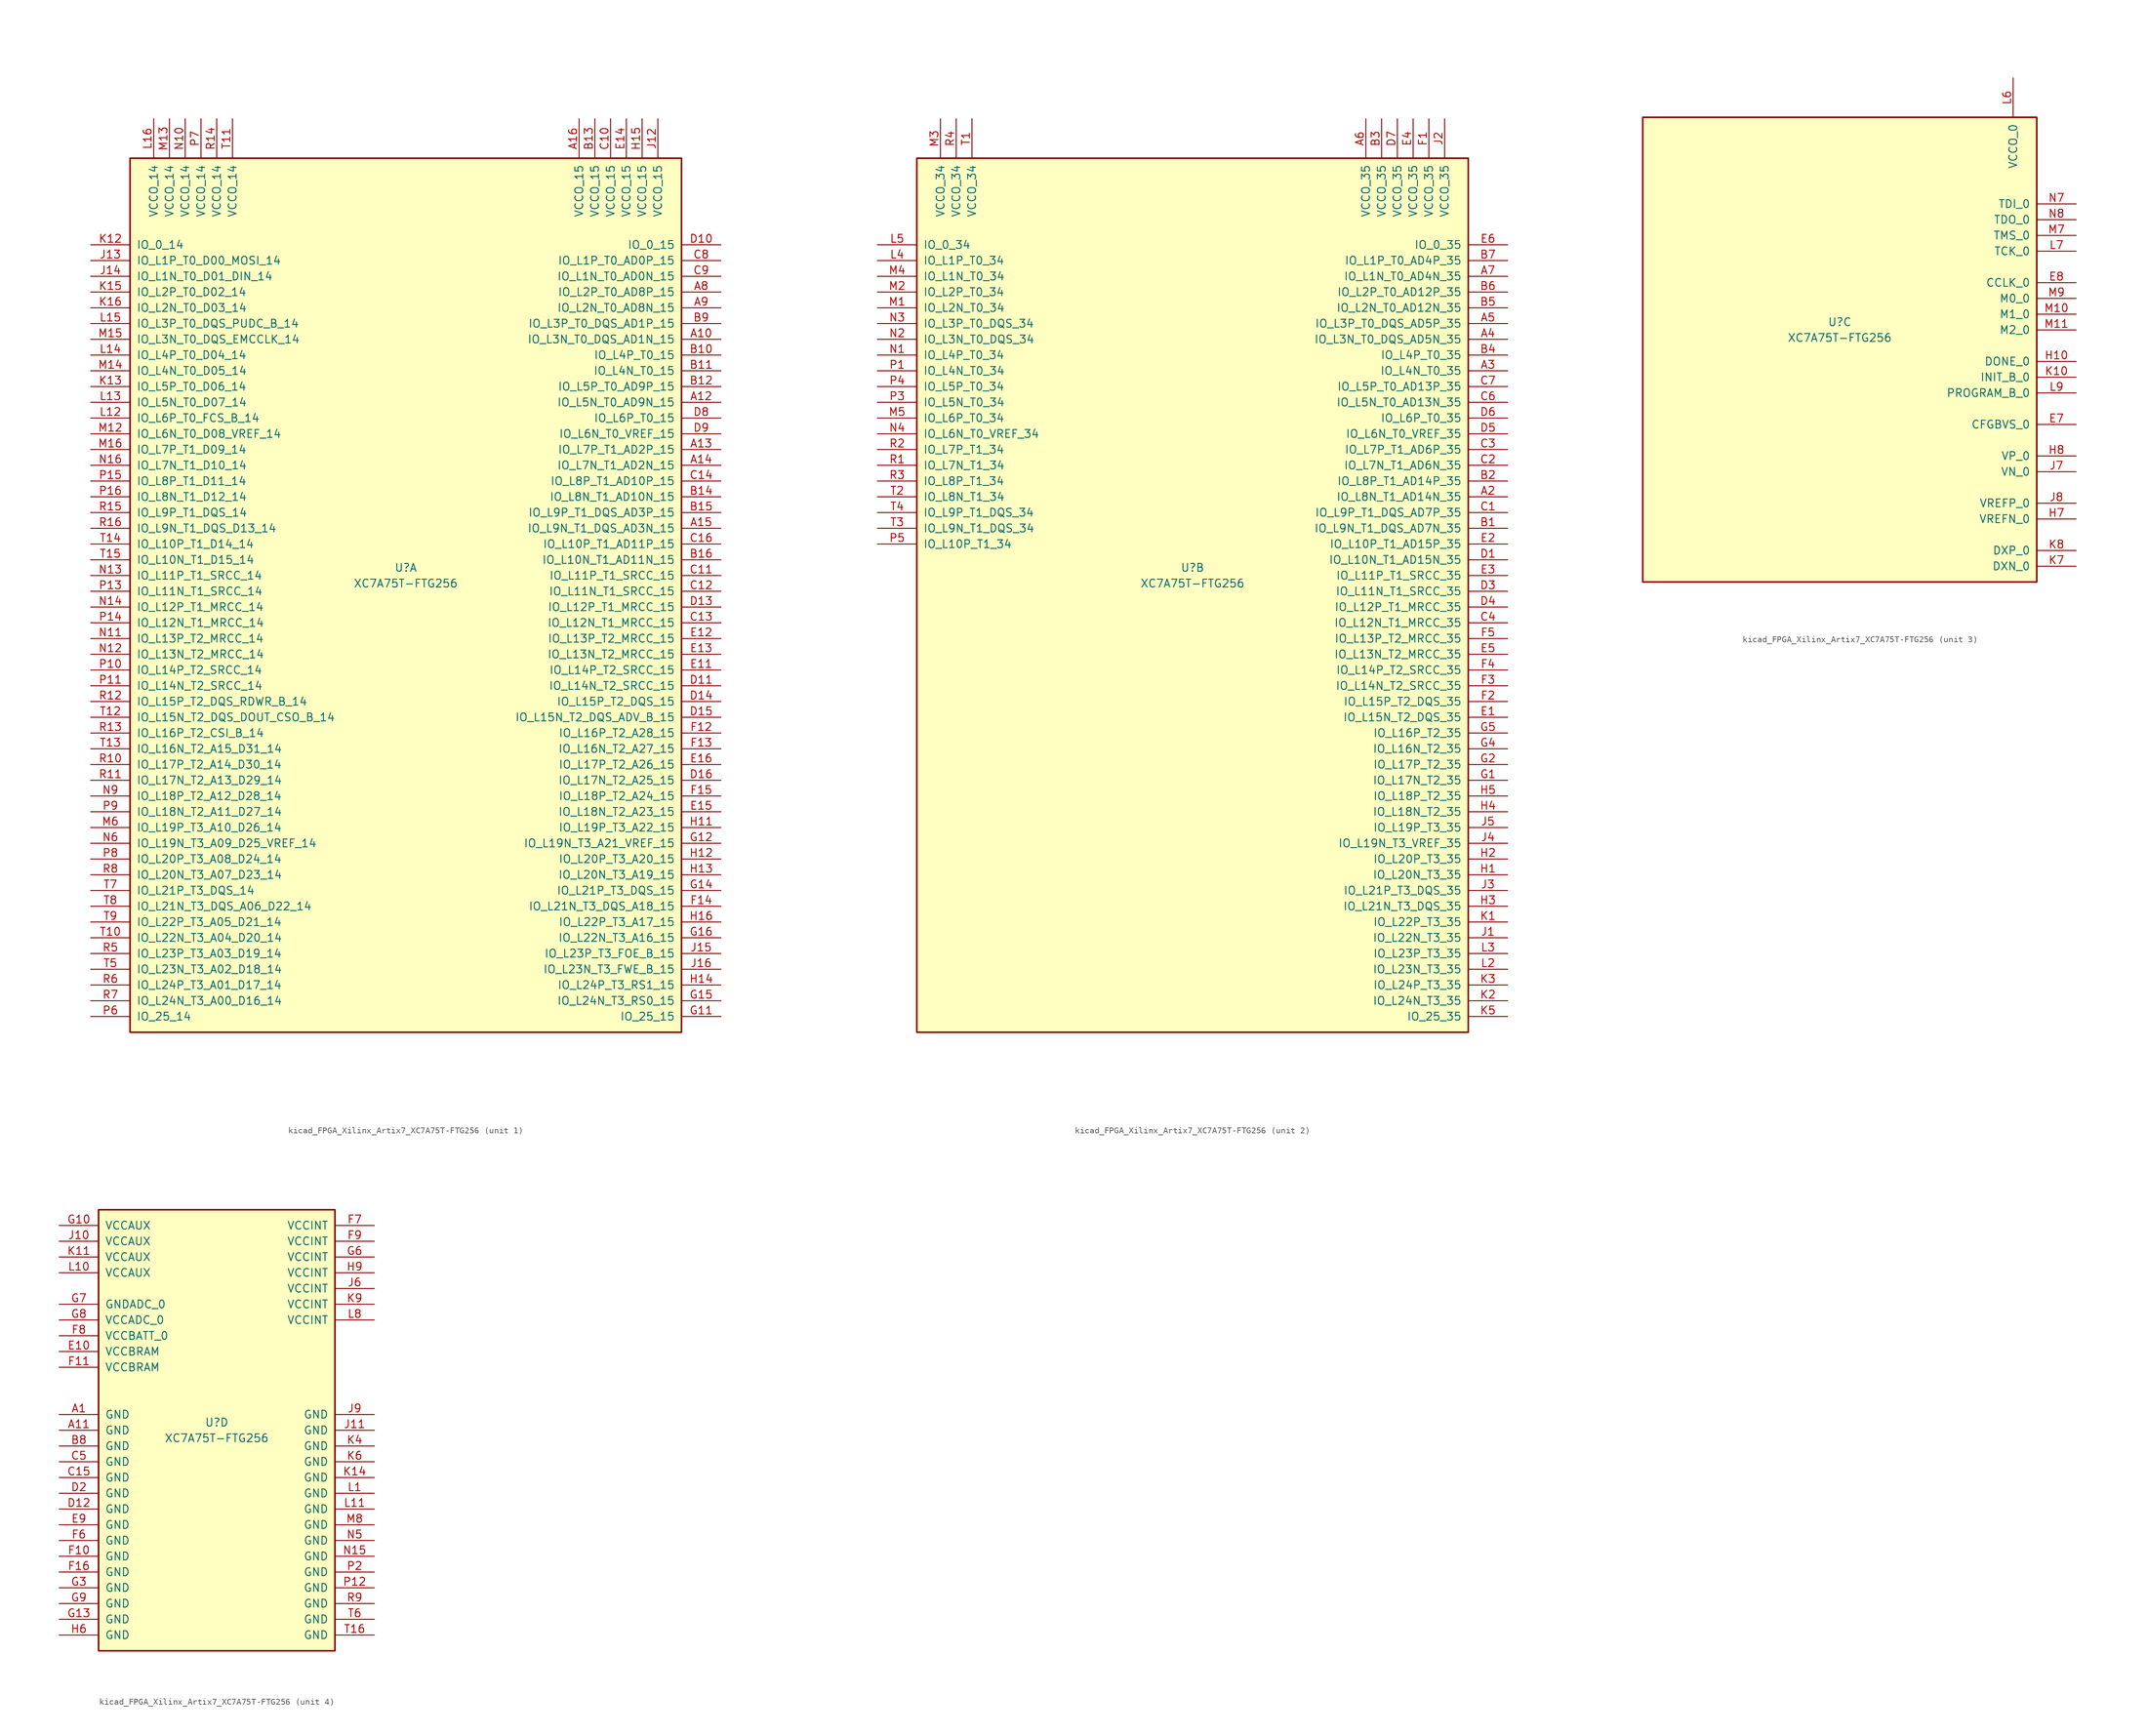
<source format=kicad_sym>
(kicad_symbol_lib
  (version 20220914)
  (generator kicad_symbol_editor)
  (symbol "kicad_FPGA_Xilinx_Artix7_XC7A75T-FTG256"
    (pin_names
      (offset 1.016))
    (property "Reference" "U"
      (at 0 1.27 0)
      (effects (font (size 1.27 1.27))))
    (property "Value" "XC7A75T-FTG256"
      (at 0 -1.27 0)
      (effects (font (size 1.27 1.27))))
    (property "Datasheet" ""
      (at 0 0 0)
      (effects (font (size 1.27 1.27))))
    (property "ki_locked" ""
      (at 0 0 0)
      (effects (font (size 1.27 1.27))))
    (symbol "kicad_FPGA_Xilinx_Artix7_XC7A75T-FTG256_1_1"
      (rectangle (start -44.45 67.31) (end 44.45 -73.66) (stroke (width 0.254) (type default)) (fill (type background)))
      (pin bidirectional line (at 50.8 38.1 180) (length 6.35) (name "IO_L3N_T0_DQS_AD1N_15" (effects (font (size 1.27 1.27)))) (number "A10" (effects (font (size 1.27 1.27)))))
      (pin bidirectional line (at 50.8 27.94 180) (length 6.35) (name "IO_L5N_T0_AD9N_15" (effects (font (size 1.27 1.27)))) (number "A12" (effects (font (size 1.27 1.27)))))
      (pin bidirectional line (at 50.8 20.32 180) (length 6.35) (name "IO_L7P_T1_AD2P_15" (effects (font (size 1.27 1.27)))) (number "A13" (effects (font (size 1.27 1.27)))))
      (pin bidirectional line (at 50.8 17.78 180) (length 6.35) (name "IO_L7N_T1_AD2N_15" (effects (font (size 1.27 1.27)))) (number "A14" (effects (font (size 1.27 1.27)))))
      (pin bidirectional line (at 50.8 7.62 180) (length 6.35) (name "IO_L9N_T1_DQS_AD3N_15" (effects (font (size 1.27 1.27)))) (number "A15" (effects (font (size 1.27 1.27)))))
      (pin power_in line (at 27.94 73.66 270) (length 6.35) (name "VCCO_15" (effects (font (size 1.27 1.27)))) (number "A16" (effects (font (size 1.27 1.27)))))
      (pin bidirectional line (at 50.8 45.72 180) (length 6.35) (name "IO_L2P_T0_AD8P_15" (effects (font (size 1.27 1.27)))) (number "A8" (effects (font (size 1.27 1.27)))))
      (pin bidirectional line (at 50.8 43.18 180) (length 6.35) (name "IO_L2N_T0_AD8N_15" (effects (font (size 1.27 1.27)))) (number "A9" (effects (font (size 1.27 1.27)))))
      (pin bidirectional line (at 50.8 35.56 180) (length 6.35) (name "IO_L4P_T0_15" (effects (font (size 1.27 1.27)))) (number "B10" (effects (font (size 1.27 1.27)))))
      (pin bidirectional line (at 50.8 33.02 180) (length 6.35) (name "IO_L4N_T0_15" (effects (font (size 1.27 1.27)))) (number "B11" (effects (font (size 1.27 1.27)))))
      (pin bidirectional line (at 50.8 30.48 180) (length 6.35) (name "IO_L5P_T0_AD9P_15" (effects (font (size 1.27 1.27)))) (number "B12" (effects (font (size 1.27 1.27)))))
      (pin power_in line (at 30.48 73.66 270) (length 6.35) (name "VCCO_15" (effects (font (size 1.27 1.27)))) (number "B13" (effects (font (size 1.27 1.27)))))
      (pin bidirectional line (at 50.8 12.7 180) (length 6.35) (name "IO_L8N_T1_AD10N_15" (effects (font (size 1.27 1.27)))) (number "B14" (effects (font (size 1.27 1.27)))))
      (pin bidirectional line (at 50.8 10.16 180) (length 6.35) (name "IO_L9P_T1_DQS_AD3P_15" (effects (font (size 1.27 1.27)))) (number "B15" (effects (font (size 1.27 1.27)))))
      (pin bidirectional line (at 50.8 2.54 180) (length 6.35) (name "IO_L10N_T1_AD11N_15" (effects (font (size 1.27 1.27)))) (number "B16" (effects (font (size 1.27 1.27)))))
      (pin bidirectional line (at 50.8 40.64 180) (length 6.35) (name "IO_L3P_T0_DQS_AD1P_15" (effects (font (size 1.27 1.27)))) (number "B9" (effects (font (size 1.27 1.27)))))
      (pin power_in line (at 33.02 73.66 270) (length 6.35) (name "VCCO_15" (effects (font (size 1.27 1.27)))) (number "C10" (effects (font (size 1.27 1.27)))))
      (pin bidirectional line (at 50.8 0 180) (length 6.35) (name "IO_L11P_T1_SRCC_15" (effects (font (size 1.27 1.27)))) (number "C11" (effects (font (size 1.27 1.27)))))
      (pin bidirectional line (at 50.8 -2.54 180) (length 6.35) (name "IO_L11N_T1_SRCC_15" (effects (font (size 1.27 1.27)))) (number "C12" (effects (font (size 1.27 1.27)))))
      (pin bidirectional line (at 50.8 -7.62 180) (length 6.35) (name "IO_L12N_T1_MRCC_15" (effects (font (size 1.27 1.27)))) (number "C13" (effects (font (size 1.27 1.27)))))
      (pin bidirectional line (at 50.8 15.24 180) (length 6.35) (name "IO_L8P_T1_AD10P_15" (effects (font (size 1.27 1.27)))) (number "C14" (effects (font (size 1.27 1.27)))))
      (pin bidirectional line (at 50.8 5.08 180) (length 6.35) (name "IO_L10P_T1_AD11P_15" (effects (font (size 1.27 1.27)))) (number "C16" (effects (font (size 1.27 1.27)))))
      (pin bidirectional line (at 50.8 50.8 180) (length 6.35) (name "IO_L1P_T0_AD0P_15" (effects (font (size 1.27 1.27)))) (number "C8" (effects (font (size 1.27 1.27)))))
      (pin bidirectional line (at 50.8 48.26 180) (length 6.35) (name "IO_L1N_T0_AD0N_15" (effects (font (size 1.27 1.27)))) (number "C9" (effects (font (size 1.27 1.27)))))
      (pin bidirectional line (at 50.8 53.34 180) (length 6.35) (name "IO_0_15" (effects (font (size 1.27 1.27)))) (number "D10" (effects (font (size 1.27 1.27)))))
      (pin bidirectional line (at 50.8 -17.78 180) (length 6.35) (name "IO_L14N_T2_SRCC_15" (effects (font (size 1.27 1.27)))) (number "D11" (effects (font (size 1.27 1.27)))))
      (pin bidirectional line (at 50.8 -5.08 180) (length 6.35) (name "IO_L12P_T1_MRCC_15" (effects (font (size 1.27 1.27)))) (number "D13" (effects (font (size 1.27 1.27)))))
      (pin bidirectional line (at 50.8 -20.32 180) (length 6.35) (name "IO_L15P_T2_DQS_15" (effects (font (size 1.27 1.27)))) (number "D14" (effects (font (size 1.27 1.27)))))
      (pin bidirectional line (at 50.8 -22.86 180) (length 6.35) (name "IO_L15N_T2_DQS_ADV_B_15" (effects (font (size 1.27 1.27)))) (number "D15" (effects (font (size 1.27 1.27)))))
      (pin bidirectional line (at 50.8 -33.02 180) (length 6.35) (name "IO_L17N_T2_A25_15" (effects (font (size 1.27 1.27)))) (number "D16" (effects (font (size 1.27 1.27)))))
      (pin bidirectional line (at 50.8 25.4 180) (length 6.35) (name "IO_L6P_T0_15" (effects (font (size 1.27 1.27)))) (number "D8" (effects (font (size 1.27 1.27)))))
      (pin bidirectional line (at 50.8 22.86 180) (length 6.35) (name "IO_L6N_T0_VREF_15" (effects (font (size 1.27 1.27)))) (number "D9" (effects (font (size 1.27 1.27)))))
      (pin bidirectional line (at 50.8 -15.24 180) (length 6.35) (name "IO_L14P_T2_SRCC_15" (effects (font (size 1.27 1.27)))) (number "E11" (effects (font (size 1.27 1.27)))))
      (pin bidirectional line (at 50.8 -10.16 180) (length 6.35) (name "IO_L13P_T2_MRCC_15" (effects (font (size 1.27 1.27)))) (number "E12" (effects (font (size 1.27 1.27)))))
      (pin bidirectional line (at 50.8 -12.7 180) (length 6.35) (name "IO_L13N_T2_MRCC_15" (effects (font (size 1.27 1.27)))) (number "E13" (effects (font (size 1.27 1.27)))))
      (pin power_in line (at 35.56 73.66 270) (length 6.35) (name "VCCO_15" (effects (font (size 1.27 1.27)))) (number "E14" (effects (font (size 1.27 1.27)))))
      (pin bidirectional line (at 50.8 -38.1 180) (length 6.35) (name "IO_L18N_T2_A23_15" (effects (font (size 1.27 1.27)))) (number "E15" (effects (font (size 1.27 1.27)))))
      (pin bidirectional line (at 50.8 -30.48 180) (length 6.35) (name "IO_L17P_T2_A26_15" (effects (font (size 1.27 1.27)))) (number "E16" (effects (font (size 1.27 1.27)))))
      (pin bidirectional line (at 50.8 -25.4 180) (length 6.35) (name "IO_L16P_T2_A28_15" (effects (font (size 1.27 1.27)))) (number "F12" (effects (font (size 1.27 1.27)))))
      (pin bidirectional line (at 50.8 -27.94 180) (length 6.35) (name "IO_L16N_T2_A27_15" (effects (font (size 1.27 1.27)))) (number "F13" (effects (font (size 1.27 1.27)))))
      (pin bidirectional line (at 50.8 -53.34 180) (length 6.35) (name "IO_L21N_T3_DQS_A18_15" (effects (font (size 1.27 1.27)))) (number "F14" (effects (font (size 1.27 1.27)))))
      (pin bidirectional line (at 50.8 -35.56 180) (length 6.35) (name "IO_L18P_T2_A24_15" (effects (font (size 1.27 1.27)))) (number "F15" (effects (font (size 1.27 1.27)))))
      (pin bidirectional line (at 50.8 -71.12 180) (length 6.35) (name "IO_25_15" (effects (font (size 1.27 1.27)))) (number "G11" (effects (font (size 1.27 1.27)))))
      (pin bidirectional line (at 50.8 -43.18 180) (length 6.35) (name "IO_L19N_T3_A21_VREF_15" (effects (font (size 1.27 1.27)))) (number "G12" (effects (font (size 1.27 1.27)))))
      (pin bidirectional line (at 50.8 -50.8 180) (length 6.35) (name "IO_L21P_T3_DQS_15" (effects (font (size 1.27 1.27)))) (number "G14" (effects (font (size 1.27 1.27)))))
      (pin bidirectional line (at 50.8 -68.58 180) (length 6.35) (name "IO_L24N_T3_RS0_15" (effects (font (size 1.27 1.27)))) (number "G15" (effects (font (size 1.27 1.27)))))
      (pin bidirectional line (at 50.8 -58.42 180) (length 6.35) (name "IO_L22N_T3_A16_15" (effects (font (size 1.27 1.27)))) (number "G16" (effects (font (size 1.27 1.27)))))
      (pin bidirectional line (at 50.8 -40.64 180) (length 6.35) (name "IO_L19P_T3_A22_15" (effects (font (size 1.27 1.27)))) (number "H11" (effects (font (size 1.27 1.27)))))
      (pin bidirectional line (at 50.8 -45.72 180) (length 6.35) (name "IO_L20P_T3_A20_15" (effects (font (size 1.27 1.27)))) (number "H12" (effects (font (size 1.27 1.27)))))
      (pin bidirectional line (at 50.8 -48.26 180) (length 6.35) (name "IO_L20N_T3_A19_15" (effects (font (size 1.27 1.27)))) (number "H13" (effects (font (size 1.27 1.27)))))
      (pin bidirectional line (at 50.8 -66.04 180) (length 6.35) (name "IO_L24P_T3_RS1_15" (effects (font (size 1.27 1.27)))) (number "H14" (effects (font (size 1.27 1.27)))))
      (pin power_in line (at 38.1 73.66 270) (length 6.35) (name "VCCO_15" (effects (font (size 1.27 1.27)))) (number "H15" (effects (font (size 1.27 1.27)))))
      (pin bidirectional line (at 50.8 -55.88 180) (length 6.35) (name "IO_L22P_T3_A17_15" (effects (font (size 1.27 1.27)))) (number "H16" (effects (font (size 1.27 1.27)))))
      (pin power_in line (at 40.64 73.66 270) (length 6.35) (name "VCCO_15" (effects (font (size 1.27 1.27)))) (number "J12" (effects (font (size 1.27 1.27)))))
      (pin bidirectional line (at -50.8 50.8 0) (length 6.35) (name "IO_L1P_T0_D00_MOSI_14" (effects (font (size 1.27 1.27)))) (number "J13" (effects (font (size 1.27 1.27)))))
      (pin bidirectional line (at -50.8 48.26 0) (length 6.35) (name "IO_L1N_T0_D01_DIN_14" (effects (font (size 1.27 1.27)))) (number "J14" (effects (font (size 1.27 1.27)))))
      (pin bidirectional line (at 50.8 -60.96 180) (length 6.35) (name "IO_L23P_T3_FOE_B_15" (effects (font (size 1.27 1.27)))) (number "J15" (effects (font (size 1.27 1.27)))))
      (pin bidirectional line (at 50.8 -63.5 180) (length 6.35) (name "IO_L23N_T3_FWE_B_15" (effects (font (size 1.27 1.27)))) (number "J16" (effects (font (size 1.27 1.27)))))
      (pin bidirectional line (at -50.8 53.34 0) (length 6.35) (name "IO_0_14" (effects (font (size 1.27 1.27)))) (number "K12" (effects (font (size 1.27 1.27)))))
      (pin bidirectional line (at -50.8 30.48 0) (length 6.35) (name "IO_L5P_T0_D06_14" (effects (font (size 1.27 1.27)))) (number "K13" (effects (font (size 1.27 1.27)))))
      (pin bidirectional line (at -50.8 45.72 0) (length 6.35) (name "IO_L2P_T0_D02_14" (effects (font (size 1.27 1.27)))) (number "K15" (effects (font (size 1.27 1.27)))))
      (pin bidirectional line (at -50.8 43.18 0) (length 6.35) (name "IO_L2N_T0_D03_14" (effects (font (size 1.27 1.27)))) (number "K16" (effects (font (size 1.27 1.27)))))
      (pin bidirectional line (at -50.8 25.4 0) (length 6.35) (name "IO_L6P_T0_FCS_B_14" (effects (font (size 1.27 1.27)))) (number "L12" (effects (font (size 1.27 1.27)))))
      (pin bidirectional line (at -50.8 27.94 0) (length 6.35) (name "IO_L5N_T0_D07_14" (effects (font (size 1.27 1.27)))) (number "L13" (effects (font (size 1.27 1.27)))))
      (pin bidirectional line (at -50.8 35.56 0) (length 6.35) (name "IO_L4P_T0_D04_14" (effects (font (size 1.27 1.27)))) (number "L14" (effects (font (size 1.27 1.27)))))
      (pin bidirectional line (at -50.8 40.64 0) (length 6.35) (name "IO_L3P_T0_DQS_PUDC_B_14" (effects (font (size 1.27 1.27)))) (number "L15" (effects (font (size 1.27 1.27)))))
      (pin power_in line (at -40.64 73.66 270) (length 6.35) (name "VCCO_14" (effects (font (size 1.27 1.27)))) (number "L16" (effects (font (size 1.27 1.27)))))
      (pin bidirectional line (at -50.8 22.86 0) (length 6.35) (name "IO_L6N_T0_D08_VREF_14" (effects (font (size 1.27 1.27)))) (number "M12" (effects (font (size 1.27 1.27)))))
      (pin power_in line (at -38.1 73.66 270) (length 6.35) (name "VCCO_14" (effects (font (size 1.27 1.27)))) (number "M13" (effects (font (size 1.27 1.27)))))
      (pin bidirectional line (at -50.8 33.02 0) (length 6.35) (name "IO_L4N_T0_D05_14" (effects (font (size 1.27 1.27)))) (number "M14" (effects (font (size 1.27 1.27)))))
      (pin bidirectional line (at -50.8 38.1 0) (length 6.35) (name "IO_L3N_T0_DQS_EMCCLK_14" (effects (font (size 1.27 1.27)))) (number "M15" (effects (font (size 1.27 1.27)))))
      (pin bidirectional line (at -50.8 20.32 0) (length 6.35) (name "IO_L7P_T1_D09_14" (effects (font (size 1.27 1.27)))) (number "M16" (effects (font (size 1.27 1.27)))))
      (pin bidirectional line (at -50.8 -40.64 0) (length 6.35) (name "IO_L19P_T3_A10_D26_14" (effects (font (size 1.27 1.27)))) (number "M6" (effects (font (size 1.27 1.27)))))
      (pin power_in line (at -35.56 73.66 270) (length 6.35) (name "VCCO_14" (effects (font (size 1.27 1.27)))) (number "N10" (effects (font (size 1.27 1.27)))))
      (pin bidirectional line (at -50.8 -10.16 0) (length 6.35) (name "IO_L13P_T2_MRCC_14" (effects (font (size 1.27 1.27)))) (number "N11" (effects (font (size 1.27 1.27)))))
      (pin bidirectional line (at -50.8 -12.7 0) (length 6.35) (name "IO_L13N_T2_MRCC_14" (effects (font (size 1.27 1.27)))) (number "N12" (effects (font (size 1.27 1.27)))))
      (pin bidirectional line (at -50.8 0 0) (length 6.35) (name "IO_L11P_T1_SRCC_14" (effects (font (size 1.27 1.27)))) (number "N13" (effects (font (size 1.27 1.27)))))
      (pin bidirectional line (at -50.8 -5.08 0) (length 6.35) (name "IO_L12P_T1_MRCC_14" (effects (font (size 1.27 1.27)))) (number "N14" (effects (font (size 1.27 1.27)))))
      (pin bidirectional line (at -50.8 17.78 0) (length 6.35) (name "IO_L7N_T1_D10_14" (effects (font (size 1.27 1.27)))) (number "N16" (effects (font (size 1.27 1.27)))))
      (pin bidirectional line (at -50.8 -43.18 0) (length 6.35) (name "IO_L19N_T3_A09_D25_VREF_14" (effects (font (size 1.27 1.27)))) (number "N6" (effects (font (size 1.27 1.27)))))
      (pin bidirectional line (at -50.8 -35.56 0) (length 6.35) (name "IO_L18P_T2_A12_D28_14" (effects (font (size 1.27 1.27)))) (number "N9" (effects (font (size 1.27 1.27)))))
      (pin bidirectional line (at -50.8 -15.24 0) (length 6.35) (name "IO_L14P_T2_SRCC_14" (effects (font (size 1.27 1.27)))) (number "P10" (effects (font (size 1.27 1.27)))))
      (pin bidirectional line (at -50.8 -17.78 0) (length 6.35) (name "IO_L14N_T2_SRCC_14" (effects (font (size 1.27 1.27)))) (number "P11" (effects (font (size 1.27 1.27)))))
      (pin bidirectional line (at -50.8 -2.54 0) (length 6.35) (name "IO_L11N_T1_SRCC_14" (effects (font (size 1.27 1.27)))) (number "P13" (effects (font (size 1.27 1.27)))))
      (pin bidirectional line (at -50.8 -7.62 0) (length 6.35) (name "IO_L12N_T1_MRCC_14" (effects (font (size 1.27 1.27)))) (number "P14" (effects (font (size 1.27 1.27)))))
      (pin bidirectional line (at -50.8 15.24 0) (length 6.35) (name "IO_L8P_T1_D11_14" (effects (font (size 1.27 1.27)))) (number "P15" (effects (font (size 1.27 1.27)))))
      (pin bidirectional line (at -50.8 12.7 0) (length 6.35) (name "IO_L8N_T1_D12_14" (effects (font (size 1.27 1.27)))) (number "P16" (effects (font (size 1.27 1.27)))))
      (pin bidirectional line (at -50.8 -71.12 0) (length 6.35) (name "IO_25_14" (effects (font (size 1.27 1.27)))) (number "P6" (effects (font (size 1.27 1.27)))))
      (pin power_in line (at -33.02 73.66 270) (length 6.35) (name "VCCO_14" (effects (font (size 1.27 1.27)))) (number "P7" (effects (font (size 1.27 1.27)))))
      (pin bidirectional line (at -50.8 -45.72 0) (length 6.35) (name "IO_L20P_T3_A08_D24_14" (effects (font (size 1.27 1.27)))) (number "P8" (effects (font (size 1.27 1.27)))))
      (pin bidirectional line (at -50.8 -38.1 0) (length 6.35) (name "IO_L18N_T2_A11_D27_14" (effects (font (size 1.27 1.27)))) (number "P9" (effects (font (size 1.27 1.27)))))
      (pin bidirectional line (at -50.8 -30.48 0) (length 6.35) (name "IO_L17P_T2_A14_D30_14" (effects (font (size 1.27 1.27)))) (number "R10" (effects (font (size 1.27 1.27)))))
      (pin bidirectional line (at -50.8 -33.02 0) (length 6.35) (name "IO_L17N_T2_A13_D29_14" (effects (font (size 1.27 1.27)))) (number "R11" (effects (font (size 1.27 1.27)))))
      (pin bidirectional line (at -50.8 -20.32 0) (length 6.35) (name "IO_L15P_T2_DQS_RDWR_B_14" (effects (font (size 1.27 1.27)))) (number "R12" (effects (font (size 1.27 1.27)))))
      (pin bidirectional line (at -50.8 -25.4 0) (length 6.35) (name "IO_L16P_T2_CSI_B_14" (effects (font (size 1.27 1.27)))) (number "R13" (effects (font (size 1.27 1.27)))))
      (pin power_in line (at -30.48 73.66 270) (length 6.35) (name "VCCO_14" (effects (font (size 1.27 1.27)))) (number "R14" (effects (font (size 1.27 1.27)))))
      (pin bidirectional line (at -50.8 10.16 0) (length 6.35) (name "IO_L9P_T1_DQS_14" (effects (font (size 1.27 1.27)))) (number "R15" (effects (font (size 1.27 1.27)))))
      (pin bidirectional line (at -50.8 7.62 0) (length 6.35) (name "IO_L9N_T1_DQS_D13_14" (effects (font (size 1.27 1.27)))) (number "R16" (effects (font (size 1.27 1.27)))))
      (pin bidirectional line (at -50.8 -60.96 0) (length 6.35) (name "IO_L23P_T3_A03_D19_14" (effects (font (size 1.27 1.27)))) (number "R5" (effects (font (size 1.27 1.27)))))
      (pin bidirectional line (at -50.8 -66.04 0) (length 6.35) (name "IO_L24P_T3_A01_D17_14" (effects (font (size 1.27 1.27)))) (number "R6" (effects (font (size 1.27 1.27)))))
      (pin bidirectional line (at -50.8 -68.58 0) (length 6.35) (name "IO_L24N_T3_A00_D16_14" (effects (font (size 1.27 1.27)))) (number "R7" (effects (font (size 1.27 1.27)))))
      (pin bidirectional line (at -50.8 -48.26 0) (length 6.35) (name "IO_L20N_T3_A07_D23_14" (effects (font (size 1.27 1.27)))) (number "R8" (effects (font (size 1.27 1.27)))))
      (pin bidirectional line (at -50.8 -58.42 0) (length 6.35) (name "IO_L22N_T3_A04_D20_14" (effects (font (size 1.27 1.27)))) (number "T10" (effects (font (size 1.27 1.27)))))
      (pin power_in line (at -27.94 73.66 270) (length 6.35) (name "VCCO_14" (effects (font (size 1.27 1.27)))) (number "T11" (effects (font (size 1.27 1.27)))))
      (pin bidirectional line (at -50.8 -22.86 0) (length 6.35) (name "IO_L15N_T2_DQS_DOUT_CSO_B_14" (effects (font (size 1.27 1.27)))) (number "T12" (effects (font (size 1.27 1.27)))))
      (pin bidirectional line (at -50.8 -27.94 0) (length 6.35) (name "IO_L16N_T2_A15_D31_14" (effects (font (size 1.27 1.27)))) (number "T13" (effects (font (size 1.27 1.27)))))
      (pin bidirectional line (at -50.8 5.08 0) (length 6.35) (name "IO_L10P_T1_D14_14" (effects (font (size 1.27 1.27)))) (number "T14" (effects (font (size 1.27 1.27)))))
      (pin bidirectional line (at -50.8 2.54 0) (length 6.35) (name "IO_L10N_T1_D15_14" (effects (font (size 1.27 1.27)))) (number "T15" (effects (font (size 1.27 1.27)))))
      (pin bidirectional line (at -50.8 -63.5 0) (length 6.35) (name "IO_L23N_T3_A02_D18_14" (effects (font (size 1.27 1.27)))) (number "T5" (effects (font (size 1.27 1.27)))))
      (pin bidirectional line (at -50.8 -50.8 0) (length 6.35) (name "IO_L21P_T3_DQS_14" (effects (font (size 1.27 1.27)))) (number "T7" (effects (font (size 1.27 1.27)))))
      (pin bidirectional line (at -50.8 -53.34 0) (length 6.35) (name "IO_L21N_T3_DQS_A06_D22_14" (effects (font (size 1.27 1.27)))) (number "T8" (effects (font (size 1.27 1.27)))))
      (pin bidirectional line (at -50.8 -55.88 0) (length 6.35) (name "IO_L22P_T3_A05_D21_14" (effects (font (size 1.27 1.27)))) (number "T9" (effects (font (size 1.27 1.27))))))
    (symbol "kicad_FPGA_Xilinx_Artix7_XC7A75T-FTG256_2_1"
      (rectangle (start -44.45 67.31) (end 44.45 -73.66) (stroke (width 0.254) (type default)) (fill (type background)))
      (pin bidirectional line (at 50.8 12.7 180) (length 6.35) (name "IO_L8N_T1_AD14N_35" (effects (font (size 1.27 1.27)))) (number "A2" (effects (font (size 1.27 1.27)))))
      (pin bidirectional line (at 50.8 33.02 180) (length 6.35) (name "IO_L4N_T0_35" (effects (font (size 1.27 1.27)))) (number "A3" (effects (font (size 1.27 1.27)))))
      (pin bidirectional line (at 50.8 38.1 180) (length 6.35) (name "IO_L3N_T0_DQS_AD5N_35" (effects (font (size 1.27 1.27)))) (number "A4" (effects (font (size 1.27 1.27)))))
      (pin bidirectional line (at 50.8 40.64 180) (length 6.35) (name "IO_L3P_T0_DQS_AD5P_35" (effects (font (size 1.27 1.27)))) (number "A5" (effects (font (size 1.27 1.27)))))
      (pin power_in line (at 27.94 73.66 270) (length 6.35) (name "VCCO_35" (effects (font (size 1.27 1.27)))) (number "A6" (effects (font (size 1.27 1.27)))))
      (pin bidirectional line (at 50.8 48.26 180) (length 6.35) (name "IO_L1N_T0_AD4N_35" (effects (font (size 1.27 1.27)))) (number "A7" (effects (font (size 1.27 1.27)))))
      (pin bidirectional line (at 50.8 7.62 180) (length 6.35) (name "IO_L9N_T1_DQS_AD7N_35" (effects (font (size 1.27 1.27)))) (number "B1" (effects (font (size 1.27 1.27)))))
      (pin bidirectional line (at 50.8 15.24 180) (length 6.35) (name "IO_L8P_T1_AD14P_35" (effects (font (size 1.27 1.27)))) (number "B2" (effects (font (size 1.27 1.27)))))
      (pin power_in line (at 30.48 73.66 270) (length 6.35) (name "VCCO_35" (effects (font (size 1.27 1.27)))) (number "B3" (effects (font (size 1.27 1.27)))))
      (pin bidirectional line (at 50.8 35.56 180) (length 6.35) (name "IO_L4P_T0_35" (effects (font (size 1.27 1.27)))) (number "B4" (effects (font (size 1.27 1.27)))))
      (pin bidirectional line (at 50.8 43.18 180) (length 6.35) (name "IO_L2N_T0_AD12N_35" (effects (font (size 1.27 1.27)))) (number "B5" (effects (font (size 1.27 1.27)))))
      (pin bidirectional line (at 50.8 45.72 180) (length 6.35) (name "IO_L2P_T0_AD12P_35" (effects (font (size 1.27 1.27)))) (number "B6" (effects (font (size 1.27 1.27)))))
      (pin bidirectional line (at 50.8 50.8 180) (length 6.35) (name "IO_L1P_T0_AD4P_35" (effects (font (size 1.27 1.27)))) (number "B7" (effects (font (size 1.27 1.27)))))
      (pin bidirectional line (at 50.8 10.16 180) (length 6.35) (name "IO_L9P_T1_DQS_AD7P_35" (effects (font (size 1.27 1.27)))) (number "C1" (effects (font (size 1.27 1.27)))))
      (pin bidirectional line (at 50.8 17.78 180) (length 6.35) (name "IO_L7N_T1_AD6N_35" (effects (font (size 1.27 1.27)))) (number "C2" (effects (font (size 1.27 1.27)))))
      (pin bidirectional line (at 50.8 20.32 180) (length 6.35) (name "IO_L7P_T1_AD6P_35" (effects (font (size 1.27 1.27)))) (number "C3" (effects (font (size 1.27 1.27)))))
      (pin bidirectional line (at 50.8 -7.62 180) (length 6.35) (name "IO_L12N_T1_MRCC_35" (effects (font (size 1.27 1.27)))) (number "C4" (effects (font (size 1.27 1.27)))))
      (pin bidirectional line (at 50.8 27.94 180) (length 6.35) (name "IO_L5N_T0_AD13N_35" (effects (font (size 1.27 1.27)))) (number "C6" (effects (font (size 1.27 1.27)))))
      (pin bidirectional line (at 50.8 30.48 180) (length 6.35) (name "IO_L5P_T0_AD13P_35" (effects (font (size 1.27 1.27)))) (number "C7" (effects (font (size 1.27 1.27)))))
      (pin bidirectional line (at 50.8 2.54 180) (length 6.35) (name "IO_L10N_T1_AD15N_35" (effects (font (size 1.27 1.27)))) (number "D1" (effects (font (size 1.27 1.27)))))
      (pin bidirectional line (at 50.8 -2.54 180) (length 6.35) (name "IO_L11N_T1_SRCC_35" (effects (font (size 1.27 1.27)))) (number "D3" (effects (font (size 1.27 1.27)))))
      (pin bidirectional line (at 50.8 -5.08 180) (length 6.35) (name "IO_L12P_T1_MRCC_35" (effects (font (size 1.27 1.27)))) (number "D4" (effects (font (size 1.27 1.27)))))
      (pin bidirectional line (at 50.8 22.86 180) (length 6.35) (name "IO_L6N_T0_VREF_35" (effects (font (size 1.27 1.27)))) (number "D5" (effects (font (size 1.27 1.27)))))
      (pin bidirectional line (at 50.8 25.4 180) (length 6.35) (name "IO_L6P_T0_35" (effects (font (size 1.27 1.27)))) (number "D6" (effects (font (size 1.27 1.27)))))
      (pin power_in line (at 33.02 73.66 270) (length 6.35) (name "VCCO_35" (effects (font (size 1.27 1.27)))) (number "D7" (effects (font (size 1.27 1.27)))))
      (pin bidirectional line (at 50.8 -22.86 180) (length 6.35) (name "IO_L15N_T2_DQS_35" (effects (font (size 1.27 1.27)))) (number "E1" (effects (font (size 1.27 1.27)))))
      (pin bidirectional line (at 50.8 5.08 180) (length 6.35) (name "IO_L10P_T1_AD15P_35" (effects (font (size 1.27 1.27)))) (number "E2" (effects (font (size 1.27 1.27)))))
      (pin bidirectional line (at 50.8 0 180) (length 6.35) (name "IO_L11P_T1_SRCC_35" (effects (font (size 1.27 1.27)))) (number "E3" (effects (font (size 1.27 1.27)))))
      (pin power_in line (at 35.56 73.66 270) (length 6.35) (name "VCCO_35" (effects (font (size 1.27 1.27)))) (number "E4" (effects (font (size 1.27 1.27)))))
      (pin bidirectional line (at 50.8 -12.7 180) (length 6.35) (name "IO_L13N_T2_MRCC_35" (effects (font (size 1.27 1.27)))) (number "E5" (effects (font (size 1.27 1.27)))))
      (pin bidirectional line (at 50.8 53.34 180) (length 6.35) (name "IO_0_35" (effects (font (size 1.27 1.27)))) (number "E6" (effects (font (size 1.27 1.27)))))
      (pin power_in line (at 38.1 73.66 270) (length 6.35) (name "VCCO_35" (effects (font (size 1.27 1.27)))) (number "F1" (effects (font (size 1.27 1.27)))))
      (pin bidirectional line (at 50.8 -20.32 180) (length 6.35) (name "IO_L15P_T2_DQS_35" (effects (font (size 1.27 1.27)))) (number "F2" (effects (font (size 1.27 1.27)))))
      (pin bidirectional line (at 50.8 -17.78 180) (length 6.35) (name "IO_L14N_T2_SRCC_35" (effects (font (size 1.27 1.27)))) (number "F3" (effects (font (size 1.27 1.27)))))
      (pin bidirectional line (at 50.8 -15.24 180) (length 6.35) (name "IO_L14P_T2_SRCC_35" (effects (font (size 1.27 1.27)))) (number "F4" (effects (font (size 1.27 1.27)))))
      (pin bidirectional line (at 50.8 -10.16 180) (length 6.35) (name "IO_L13P_T2_MRCC_35" (effects (font (size 1.27 1.27)))) (number "F5" (effects (font (size 1.27 1.27)))))
      (pin bidirectional line (at 50.8 -33.02 180) (length 6.35) (name "IO_L17N_T2_35" (effects (font (size 1.27 1.27)))) (number "G1" (effects (font (size 1.27 1.27)))))
      (pin bidirectional line (at 50.8 -30.48 180) (length 6.35) (name "IO_L17P_T2_35" (effects (font (size 1.27 1.27)))) (number "G2" (effects (font (size 1.27 1.27)))))
      (pin bidirectional line (at 50.8 -27.94 180) (length 6.35) (name "IO_L16N_T2_35" (effects (font (size 1.27 1.27)))) (number "G4" (effects (font (size 1.27 1.27)))))
      (pin bidirectional line (at 50.8 -25.4 180) (length 6.35) (name "IO_L16P_T2_35" (effects (font (size 1.27 1.27)))) (number "G5" (effects (font (size 1.27 1.27)))))
      (pin bidirectional line (at 50.8 -48.26 180) (length 6.35) (name "IO_L20N_T3_35" (effects (font (size 1.27 1.27)))) (number "H1" (effects (font (size 1.27 1.27)))))
      (pin bidirectional line (at 50.8 -45.72 180) (length 6.35) (name "IO_L20P_T3_35" (effects (font (size 1.27 1.27)))) (number "H2" (effects (font (size 1.27 1.27)))))
      (pin bidirectional line (at 50.8 -53.34 180) (length 6.35) (name "IO_L21N_T3_DQS_35" (effects (font (size 1.27 1.27)))) (number "H3" (effects (font (size 1.27 1.27)))))
      (pin bidirectional line (at 50.8 -38.1 180) (length 6.35) (name "IO_L18N_T2_35" (effects (font (size 1.27 1.27)))) (number "H4" (effects (font (size 1.27 1.27)))))
      (pin bidirectional line (at 50.8 -35.56 180) (length 6.35) (name "IO_L18P_T2_35" (effects (font (size 1.27 1.27)))) (number "H5" (effects (font (size 1.27 1.27)))))
      (pin bidirectional line (at 50.8 -58.42 180) (length 6.35) (name "IO_L22N_T3_35" (effects (font (size 1.27 1.27)))) (number "J1" (effects (font (size 1.27 1.27)))))
      (pin power_in line (at 40.64 73.66 270) (length 6.35) (name "VCCO_35" (effects (font (size 1.27 1.27)))) (number "J2" (effects (font (size 1.27 1.27)))))
      (pin bidirectional line (at 50.8 -50.8 180) (length 6.35) (name "IO_L21P_T3_DQS_35" (effects (font (size 1.27 1.27)))) (number "J3" (effects (font (size 1.27 1.27)))))
      (pin bidirectional line (at 50.8 -43.18 180) (length 6.35) (name "IO_L19N_T3_VREF_35" (effects (font (size 1.27 1.27)))) (number "J4" (effects (font (size 1.27 1.27)))))
      (pin bidirectional line (at 50.8 -40.64 180) (length 6.35) (name "IO_L19P_T3_35" (effects (font (size 1.27 1.27)))) (number "J5" (effects (font (size 1.27 1.27)))))
      (pin bidirectional line (at 50.8 -55.88 180) (length 6.35) (name "IO_L22P_T3_35" (effects (font (size 1.27 1.27)))) (number "K1" (effects (font (size 1.27 1.27)))))
      (pin bidirectional line (at 50.8 -68.58 180) (length 6.35) (name "IO_L24N_T3_35" (effects (font (size 1.27 1.27)))) (number "K2" (effects (font (size 1.27 1.27)))))
      (pin bidirectional line (at 50.8 -66.04 180) (length 6.35) (name "IO_L24P_T3_35" (effects (font (size 1.27 1.27)))) (number "K3" (effects (font (size 1.27 1.27)))))
      (pin bidirectional line (at 50.8 -71.12 180) (length 6.35) (name "IO_25_35" (effects (font (size 1.27 1.27)))) (number "K5" (effects (font (size 1.27 1.27)))))
      (pin bidirectional line (at 50.8 -63.5 180) (length 6.35) (name "IO_L23N_T3_35" (effects (font (size 1.27 1.27)))) (number "L2" (effects (font (size 1.27 1.27)))))
      (pin bidirectional line (at 50.8 -60.96 180) (length 6.35) (name "IO_L23P_T3_35" (effects (font (size 1.27 1.27)))) (number "L3" (effects (font (size 1.27 1.27)))))
      (pin bidirectional line (at -50.8 50.8 0) (length 6.35) (name "IO_L1P_T0_34" (effects (font (size 1.27 1.27)))) (number "L4" (effects (font (size 1.27 1.27)))))
      (pin bidirectional line (at -50.8 53.34 0) (length 6.35) (name "IO_0_34" (effects (font (size 1.27 1.27)))) (number "L5" (effects (font (size 1.27 1.27)))))
      (pin bidirectional line (at -50.8 43.18 0) (length 6.35) (name "IO_L2N_T0_34" (effects (font (size 1.27 1.27)))) (number "M1" (effects (font (size 1.27 1.27)))))
      (pin bidirectional line (at -50.8 45.72 0) (length 6.35) (name "IO_L2P_T0_34" (effects (font (size 1.27 1.27)))) (number "M2" (effects (font (size 1.27 1.27)))))
      (pin power_in line (at -40.64 73.66 270) (length 6.35) (name "VCCO_34" (effects (font (size 1.27 1.27)))) (number "M3" (effects (font (size 1.27 1.27)))))
      (pin bidirectional line (at -50.8 48.26 0) (length 6.35) (name "IO_L1N_T0_34" (effects (font (size 1.27 1.27)))) (number "M4" (effects (font (size 1.27 1.27)))))
      (pin bidirectional line (at -50.8 25.4 0) (length 6.35) (name "IO_L6P_T0_34" (effects (font (size 1.27 1.27)))) (number "M5" (effects (font (size 1.27 1.27)))))
      (pin bidirectional line (at -50.8 35.56 0) (length 6.35) (name "IO_L4P_T0_34" (effects (font (size 1.27 1.27)))) (number "N1" (effects (font (size 1.27 1.27)))))
      (pin bidirectional line (at -50.8 38.1 0) (length 6.35) (name "IO_L3N_T0_DQS_34" (effects (font (size 1.27 1.27)))) (number "N2" (effects (font (size 1.27 1.27)))))
      (pin bidirectional line (at -50.8 40.64 0) (length 6.35) (name "IO_L3P_T0_DQS_34" (effects (font (size 1.27 1.27)))) (number "N3" (effects (font (size 1.27 1.27)))))
      (pin bidirectional line (at -50.8 22.86 0) (length 6.35) (name "IO_L6N_T0_VREF_34" (effects (font (size 1.27 1.27)))) (number "N4" (effects (font (size 1.27 1.27)))))
      (pin bidirectional line (at -50.8 33.02 0) (length 6.35) (name "IO_L4N_T0_34" (effects (font (size 1.27 1.27)))) (number "P1" (effects (font (size 1.27 1.27)))))
      (pin bidirectional line (at -50.8 27.94 0) (length 6.35) (name "IO_L5N_T0_34" (effects (font (size 1.27 1.27)))) (number "P3" (effects (font (size 1.27 1.27)))))
      (pin bidirectional line (at -50.8 30.48 0) (length 6.35) (name "IO_L5P_T0_34" (effects (font (size 1.27 1.27)))) (number "P4" (effects (font (size 1.27 1.27)))))
      (pin bidirectional line (at -50.8 5.08 0) (length 6.35) (name "IO_L10P_T1_34" (effects (font (size 1.27 1.27)))) (number "P5" (effects (font (size 1.27 1.27)))))
      (pin bidirectional line (at -50.8 17.78 0) (length 6.35) (name "IO_L7N_T1_34" (effects (font (size 1.27 1.27)))) (number "R1" (effects (font (size 1.27 1.27)))))
      (pin bidirectional line (at -50.8 20.32 0) (length 6.35) (name "IO_L7P_T1_34" (effects (font (size 1.27 1.27)))) (number "R2" (effects (font (size 1.27 1.27)))))
      (pin bidirectional line (at -50.8 15.24 0) (length 6.35) (name "IO_L8P_T1_34" (effects (font (size 1.27 1.27)))) (number "R3" (effects (font (size 1.27 1.27)))))
      (pin power_in line (at -38.1 73.66 270) (length 6.35) (name "VCCO_34" (effects (font (size 1.27 1.27)))) (number "R4" (effects (font (size 1.27 1.27)))))
      (pin power_in line (at -35.56 73.66 270) (length 6.35) (name "VCCO_34" (effects (font (size 1.27 1.27)))) (number "T1" (effects (font (size 1.27 1.27)))))
      (pin bidirectional line (at -50.8 12.7 0) (length 6.35) (name "IO_L8N_T1_34" (effects (font (size 1.27 1.27)))) (number "T2" (effects (font (size 1.27 1.27)))))
      (pin bidirectional line (at -50.8 7.62 0) (length 6.35) (name "IO_L9N_T1_DQS_34" (effects (font (size 1.27 1.27)))) (number "T3" (effects (font (size 1.27 1.27)))))
      (pin bidirectional line (at -50.8 10.16 0) (length 6.35) (name "IO_L9P_T1_DQS_34" (effects (font (size 1.27 1.27)))) (number "T4" (effects (font (size 1.27 1.27))))))
    (symbol "kicad_FPGA_Xilinx_Artix7_XC7A75T-FTG256_3_1"
      (rectangle (start -31.75 34.29) (end 31.75 -40.64) (stroke (width 0.254) (type default)) (fill (type background)))
      (pin bidirectional line (at 38.1 -15.24 180) (length 6.35) (name "CFGBVS_0" (effects (font (size 1.27 1.27)))) (number "E7" (effects (font (size 1.27 1.27)))))
      (pin bidirectional line (at 38.1 7.62 180) (length 6.35) (name "CCLK_0" (effects (font (size 1.27 1.27)))) (number "E8" (effects (font (size 1.27 1.27)))))
      (pin bidirectional line (at 38.1 -5.08 180) (length 6.35) (name "DONE_0" (effects (font (size 1.27 1.27)))) (number "H10" (effects (font (size 1.27 1.27)))))
      (pin bidirectional line (at 38.1 -30.48 180) (length 6.35) (name "VREFN_0" (effects (font (size 1.27 1.27)))) (number "H7" (effects (font (size 1.27 1.27)))))
      (pin bidirectional line (at 38.1 -20.32 180) (length 6.35) (name "VP_0" (effects (font (size 1.27 1.27)))) (number "H8" (effects (font (size 1.27 1.27)))))
      (pin bidirectional line (at 38.1 -22.86 180) (length 6.35) (name "VN_0" (effects (font (size 1.27 1.27)))) (number "J7" (effects (font (size 1.27 1.27)))))
      (pin bidirectional line (at 38.1 -27.94 180) (length 6.35) (name "VREFP_0" (effects (font (size 1.27 1.27)))) (number "J8" (effects (font (size 1.27 1.27)))))
      (pin bidirectional line (at 38.1 -7.62 180) (length 6.35) (name "INIT_B_0" (effects (font (size 1.27 1.27)))) (number "K10" (effects (font (size 1.27 1.27)))))
      (pin bidirectional line (at 38.1 -38.1 180) (length 6.35) (name "DXN_0" (effects (font (size 1.27 1.27)))) (number "K7" (effects (font (size 1.27 1.27)))))
      (pin bidirectional line (at 38.1 -35.56 180) (length 6.35) (name "DXP_0" (effects (font (size 1.27 1.27)))) (number "K8" (effects (font (size 1.27 1.27)))))
      (pin power_in line (at 27.94 40.64 270) (length 6.35) (name "VCCO_0" (effects (font (size 1.27 1.27)))) (number "L6" (effects (font (size 1.27 1.27)))))
      (pin bidirectional line (at 38.1 12.7 180) (length 6.35) (name "TCK_0" (effects (font (size 1.27 1.27)))) (number "L7" (effects (font (size 1.27 1.27)))))
      (pin bidirectional line (at 38.1 -10.16 180) (length 6.35) (name "PROGRAM_B_0" (effects (font (size 1.27 1.27)))) (number "L9" (effects (font (size 1.27 1.27)))))
      (pin bidirectional line (at 38.1 2.54 180) (length 6.35) (name "M1_0" (effects (font (size 1.27 1.27)))) (number "M10" (effects (font (size 1.27 1.27)))))
      (pin bidirectional line (at 38.1 0 180) (length 6.35) (name "M2_0" (effects (font (size 1.27 1.27)))) (number "M11" (effects (font (size 1.27 1.27)))))
      (pin bidirectional line (at 38.1 15.24 180) (length 6.35) (name "TMS_0" (effects (font (size 1.27 1.27)))) (number "M7" (effects (font (size 1.27 1.27)))))
      (pin bidirectional line (at 38.1 5.08 180) (length 6.35) (name "M0_0" (effects (font (size 1.27 1.27)))) (number "M9" (effects (font (size 1.27 1.27)))))
      (pin bidirectional line (at 38.1 20.32 180) (length 6.35) (name "TDI_0" (effects (font (size 1.27 1.27)))) (number "N7" (effects (font (size 1.27 1.27)))))
      (pin bidirectional line (at 38.1 17.78 180) (length 6.35) (name "TDO_0" (effects (font (size 1.27 1.27)))) (number "N8" (effects (font (size 1.27 1.27))))))
    (symbol "kicad_FPGA_Xilinx_Artix7_XC7A75T-FTG256_4_1"
      (rectangle (start -19.05 35.56) (end 19.05 -35.56) (stroke (width 0.254) (type default)) (fill (type background)))
      (pin power_in line (at -25.4 2.54 0) (length 6.35) (name "GND" (effects (font (size 1.27 1.27)))) (number "A1" (effects (font (size 1.27 1.27)))))
      (pin power_in line (at -25.4 0 0) (length 6.35) (name "GND" (effects (font (size 1.27 1.27)))) (number "A11" (effects (font (size 1.27 1.27)))))
      (pin power_in line (at -25.4 -2.54 0) (length 6.35) (name "GND" (effects (font (size 1.27 1.27)))) (number "B8" (effects (font (size 1.27 1.27)))))
      (pin power_in line (at -25.4 -7.62 0) (length 6.35) (name "GND" (effects (font (size 1.27 1.27)))) (number "C15" (effects (font (size 1.27 1.27)))))
      (pin power_in line (at -25.4 -5.08 0) (length 6.35) (name "GND" (effects (font (size 1.27 1.27)))) (number "C5" (effects (font (size 1.27 1.27)))))
      (pin power_in line (at -25.4 -12.7 0) (length 6.35) (name "GND" (effects (font (size 1.27 1.27)))) (number "D12" (effects (font (size 1.27 1.27)))))
      (pin power_in line (at -25.4 -10.16 0) (length 6.35) (name "GND" (effects (font (size 1.27 1.27)))) (number "D2" (effects (font (size 1.27 1.27)))))
      (pin power_in line (at -25.4 12.7 0) (length 6.35) (name "VCCBRAM" (effects (font (size 1.27 1.27)))) (number "E10" (effects (font (size 1.27 1.27)))))
      (pin power_in line (at -25.4 -15.24 0) (length 6.35) (name "GND" (effects (font (size 1.27 1.27)))) (number "E9" (effects (font (size 1.27 1.27)))))
      (pin power_in line (at -25.4 -20.32 0) (length 6.35) (name "GND" (effects (font (size 1.27 1.27)))) (number "F10" (effects (font (size 1.27 1.27)))))
      (pin power_in line (at -25.4 10.16 0) (length 6.35) (name "VCCBRAM" (effects (font (size 1.27 1.27)))) (number "F11" (effects (font (size 1.27 1.27)))))
      (pin power_in line (at -25.4 -22.86 0) (length 6.35) (name "GND" (effects (font (size 1.27 1.27)))) (number "F16" (effects (font (size 1.27 1.27)))))
      (pin power_in line (at -25.4 -17.78 0) (length 6.35) (name "GND" (effects (font (size 1.27 1.27)))) (number "F6" (effects (font (size 1.27 1.27)))))
      (pin power_in line (at 25.4 33.02 180) (length 6.35) (name "VCCINT" (effects (font (size 1.27 1.27)))) (number "F7" (effects (font (size 1.27 1.27)))))
      (pin power_in line (at -25.4 15.24 0) (length 6.35) (name "VCCBATT_0" (effects (font (size 1.27 1.27)))) (number "F8" (effects (font (size 1.27 1.27)))))
      (pin power_in line (at 25.4 30.48 180) (length 6.35) (name "VCCINT" (effects (font (size 1.27 1.27)))) (number "F9" (effects (font (size 1.27 1.27)))))
      (pin power_in line (at -25.4 33.02 0) (length 6.35) (name "VCCAUX" (effects (font (size 1.27 1.27)))) (number "G10" (effects (font (size 1.27 1.27)))))
      (pin power_in line (at -25.4 -30.48 0) (length 6.35) (name "GND" (effects (font (size 1.27 1.27)))) (number "G13" (effects (font (size 1.27 1.27)))))
      (pin power_in line (at -25.4 -25.4 0) (length 6.35) (name "GND" (effects (font (size 1.27 1.27)))) (number "G3" (effects (font (size 1.27 1.27)))))
      (pin power_in line (at 25.4 27.94 180) (length 6.35) (name "VCCINT" (effects (font (size 1.27 1.27)))) (number "G6" (effects (font (size 1.27 1.27)))))
      (pin power_in line (at -25.4 20.32 0) (length 6.35) (name "GNDADC_0" (effects (font (size 1.27 1.27)))) (number "G7" (effects (font (size 1.27 1.27)))))
      (pin power_in line (at -25.4 17.78 0) (length 6.35) (name "VCCADC_0" (effects (font (size 1.27 1.27)))) (number "G8" (effects (font (size 1.27 1.27)))))
      (pin power_in line (at -25.4 -27.94 0) (length 6.35) (name "GND" (effects (font (size 1.27 1.27)))) (number "G9" (effects (font (size 1.27 1.27)))))
      (pin power_in line (at -25.4 -33.02 0) (length 6.35) (name "GND" (effects (font (size 1.27 1.27)))) (number "H6" (effects (font (size 1.27 1.27)))))
      (pin power_in line (at 25.4 25.4 180) (length 6.35) (name "VCCINT" (effects (font (size 1.27 1.27)))) (number "H9" (effects (font (size 1.27 1.27)))))
      (pin power_in line (at -25.4 30.48 0) (length 6.35) (name "VCCAUX" (effects (font (size 1.27 1.27)))) (number "J10" (effects (font (size 1.27 1.27)))))
      (pin power_in line (at 25.4 0 180) (length 6.35) (name "GND" (effects (font (size 1.27 1.27)))) (number "J11" (effects (font (size 1.27 1.27)))))
      (pin power_in line (at 25.4 22.86 180) (length 6.35) (name "VCCINT" (effects (font (size 1.27 1.27)))) (number "J6" (effects (font (size 1.27 1.27)))))
      (pin power_in line (at 25.4 2.54 180) (length 6.35) (name "GND" (effects (font (size 1.27 1.27)))) (number "J9" (effects (font (size 1.27 1.27)))))
      (pin power_in line (at -25.4 27.94 0) (length 6.35) (name "VCCAUX" (effects (font (size 1.27 1.27)))) (number "K11" (effects (font (size 1.27 1.27)))))
      (pin power_in line (at 25.4 -7.62 180) (length 6.35) (name "GND" (effects (font (size 1.27 1.27)))) (number "K14" (effects (font (size 1.27 1.27)))))
      (pin power_in line (at 25.4 -2.54 180) (length 6.35) (name "GND" (effects (font (size 1.27 1.27)))) (number "K4" (effects (font (size 1.27 1.27)))))
      (pin power_in line (at 25.4 -5.08 180) (length 6.35) (name "GND" (effects (font (size 1.27 1.27)))) (number "K6" (effects (font (size 1.27 1.27)))))
      (pin power_in line (at 25.4 20.32 180) (length 6.35) (name "VCCINT" (effects (font (size 1.27 1.27)))) (number "K9" (effects (font (size 1.27 1.27)))))
      (pin power_in line (at 25.4 -10.16 180) (length 6.35) (name "GND" (effects (font (size 1.27 1.27)))) (number "L1" (effects (font (size 1.27 1.27)))))
      (pin power_in line (at -25.4 25.4 0) (length 6.35) (name "VCCAUX" (effects (font (size 1.27 1.27)))) (number "L10" (effects (font (size 1.27 1.27)))))
      (pin power_in line (at 25.4 -12.7 180) (length 6.35) (name "GND" (effects (font (size 1.27 1.27)))) (number "L11" (effects (font (size 1.27 1.27)))))
      (pin power_in line (at 25.4 17.78 180) (length 6.35) (name "VCCINT" (effects (font (size 1.27 1.27)))) (number "L8" (effects (font (size 1.27 1.27)))))
      (pin power_in line (at 25.4 -15.24 180) (length 6.35) (name "GND" (effects (font (size 1.27 1.27)))) (number "M8" (effects (font (size 1.27 1.27)))))
      (pin power_in line (at 25.4 -20.32 180) (length 6.35) (name "GND" (effects (font (size 1.27 1.27)))) (number "N15" (effects (font (size 1.27 1.27)))))
      (pin power_in line (at 25.4 -17.78 180) (length 6.35) (name "GND" (effects (font (size 1.27 1.27)))) (number "N5" (effects (font (size 1.27 1.27)))))
      (pin power_in line (at 25.4 -25.4 180) (length 6.35) (name "GND" (effects (font (size 1.27 1.27)))) (number "P12" (effects (font (size 1.27 1.27)))))
      (pin power_in line (at 25.4 -22.86 180) (length 6.35) (name "GND" (effects (font (size 1.27 1.27)))) (number "P2" (effects (font (size 1.27 1.27)))))
      (pin power_in line (at 25.4 -27.94 180) (length 6.35) (name "GND" (effects (font (size 1.27 1.27)))) (number "R9" (effects (font (size 1.27 1.27)))))
      (pin power_in line (at 25.4 -33.02 180) (length 6.35) (name "GND" (effects (font (size 1.27 1.27)))) (number "T16" (effects (font (size 1.27 1.27)))))
      (pin power_in line (at 25.4 -30.48 180) (length 6.35) (name "GND" (effects (font (size 1.27 1.27)))) (number "T6" (effects (font (size 1.27 1.27))))))))
</source>
